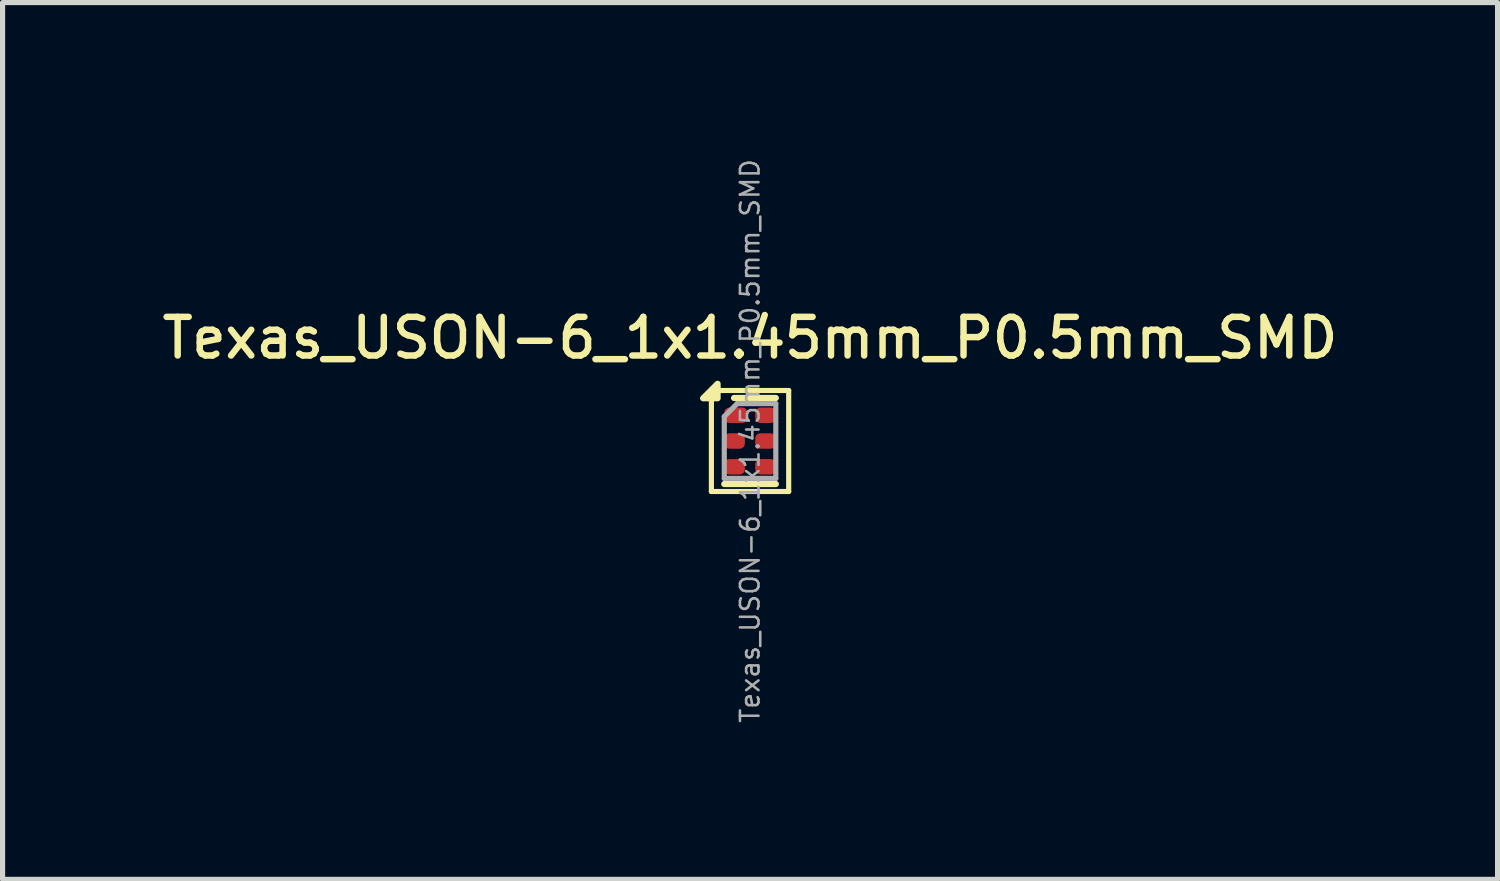
<source format=kicad_pcb>
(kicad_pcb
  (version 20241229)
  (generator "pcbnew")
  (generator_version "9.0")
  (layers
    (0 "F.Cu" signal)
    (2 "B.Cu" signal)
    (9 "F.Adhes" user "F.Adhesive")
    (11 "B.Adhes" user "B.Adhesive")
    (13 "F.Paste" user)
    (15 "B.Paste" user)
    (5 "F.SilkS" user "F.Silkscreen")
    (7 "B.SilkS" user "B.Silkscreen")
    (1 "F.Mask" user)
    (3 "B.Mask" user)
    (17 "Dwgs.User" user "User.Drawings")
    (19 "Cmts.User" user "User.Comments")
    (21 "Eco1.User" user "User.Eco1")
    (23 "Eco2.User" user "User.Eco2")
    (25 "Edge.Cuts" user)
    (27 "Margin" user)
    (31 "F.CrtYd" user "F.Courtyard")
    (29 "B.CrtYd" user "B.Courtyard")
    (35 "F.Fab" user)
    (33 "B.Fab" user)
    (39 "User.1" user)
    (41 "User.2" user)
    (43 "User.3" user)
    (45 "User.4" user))
  (footprint "Texas_USON-6_1x1.45mm_P0.5mm_SMD"
    (layer "F.Cu")
    (at 11.505 5.508)
    (property "Reference" "Texas_USON-6_1x1.45mm_P0.5mm_SMD" (at 0 -2 0) (layer "F.SilkS") (effects (font (size 0.75 0.75) (thickness 0.125))))
    (attr smd)
    (fp_line (start -0.75 -0.98) (end -0.75 0.98) (stroke (width 0.1) (type solid)) (layer "F.SilkS"))
    (fp_line (start -0.75 0.98) (end 0.75 0.98) (stroke (width 0.1) (type solid)) (layer "F.SilkS"))
    (fp_line (start -0.5 0.835) (end 0.5 0.835) (stroke (width 0.12) (type solid)) (layer "F.SilkS"))
    (fp_line (start -0.31 -0.835) (end 0.5 -0.835) (stroke (width 0.12) (type solid)) (layer "F.SilkS"))
    (fp_line (start 0.75 -0.98) (end -0.75 -0.98) (stroke (width 0.1) (type solid)) (layer "F.SilkS"))
    (fp_line (start 0.75 0.98) (end 0.75 -0.98) (stroke (width 0.1) (type solid)) (layer "F.SilkS"))
    (fp_poly (pts (xy -0.63 -0.83) (xy -0.91 -0.83) (xy -0.63 -1.11) (xy -0.63 -0.83)) (stroke (width 0.12) (type solid)) (fill yes) (layer "F.SilkS"))
    (fp_line (start -0.5 -0.475) (end -0.25 -0.725) (stroke (width 0.1) (type solid)) (layer "F.Fab"))
    (fp_line (start -0.5 0.725) (end -0.5 -0.475) (stroke (width 0.1) (type solid)) (layer "F.Fab"))
    (fp_line (start -0.25 -0.725) (end 0.5 -0.725) (stroke (width 0.1) (type solid)) (layer "F.Fab"))
    (fp_line (start 0.5 -0.725) (end 0.5 0.725) (stroke (width 0.1) (type solid)) (layer "F.Fab"))
    (fp_line (start 0.5 0.725) (end -0.5 0.725) (stroke (width 0.1) (type solid)) (layer "F.Fab"))
    (fp_text user "${REFERENCE}" (at 0 0 90) (layer "F.Fab") (effects (font (size 0.36 0.36) (thickness 0.05))))
    (pad "1" smd roundrect (at -0.275 -0.5) (size 0.45 0.3) (layers "F.Cu" "F.Mask" "F.Paste") (roundrect_rratio 0.333))
    (pad "2" smd roundrect (at -0.3 0) (size 0.4 0.3) (layers "F.Cu" "F.Mask" "F.Paste") (roundrect_rratio 0.333))
    (pad "3" smd roundrect (at -0.3 0.5) (size 0.4 0.3) (layers "F.Cu" "F.Mask" "F.Paste") (roundrect_rratio 0.333))
    (pad "4" smd roundrect (at 0.3 0.5) (size 0.4 0.3) (layers "F.Cu" "F.Mask" "F.Paste") (roundrect_rratio 0.333))
    (pad "5" smd roundrect (at 0.3 0) (size 0.4 0.3) (layers "F.Cu" "F.Mask" "F.Paste") (roundrect_rratio 0.333))
    (pad "6" smd roundrect (at 0.3 -0.5) (size 0.4 0.3) (layers "F.Cu" "F.Mask" "F.Paste") (roundrect_rratio 0.333)))
  (gr_rect
    (start -3 -3)
    (end 26.011 14.015)
    (stroke (width 0.1) (type default))
    (fill no)
    (layer "Edge.Cuts")))
</source>
